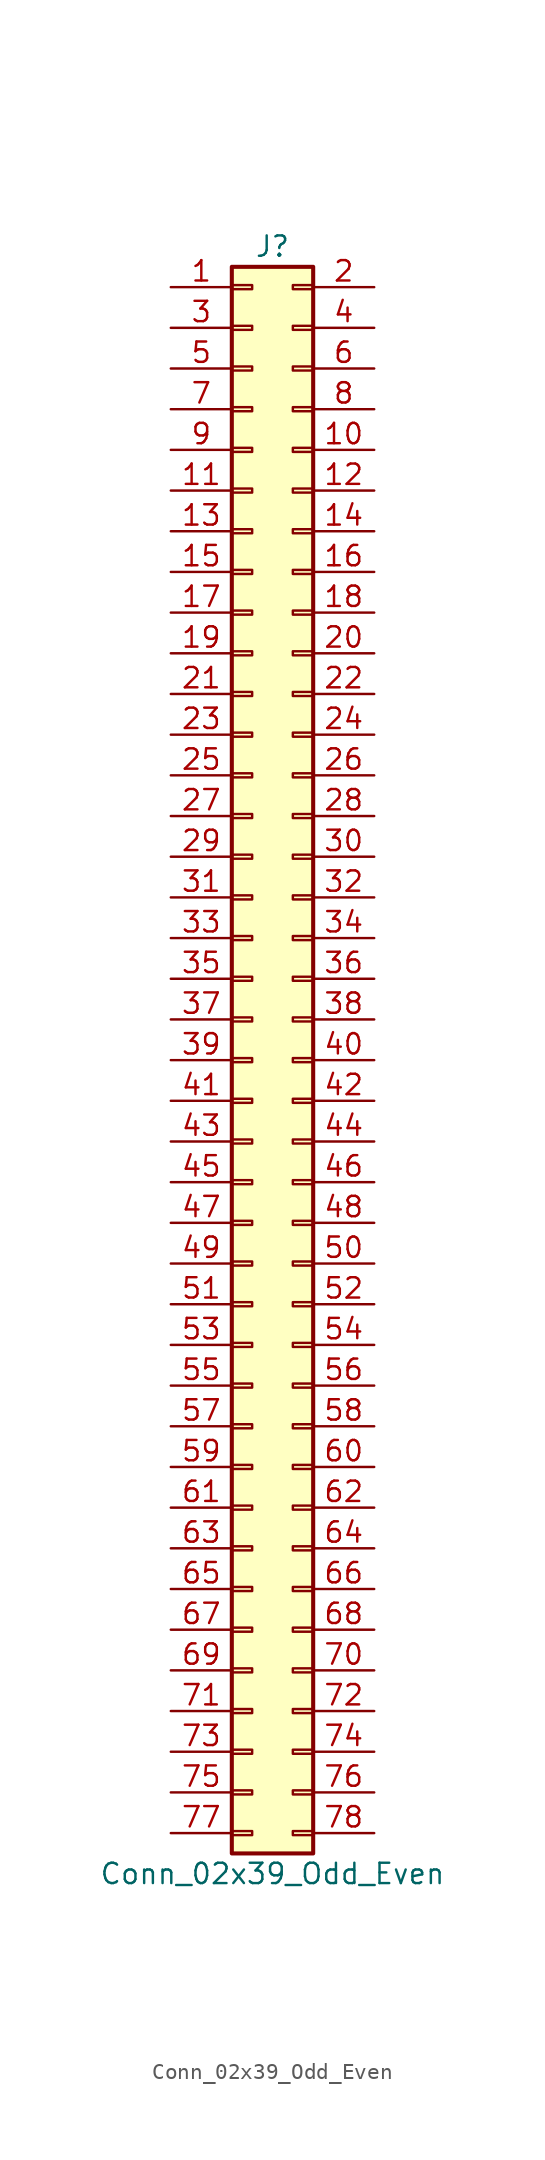
<source format=kicad_sym>
(kicad_symbol_lib
  (version 20201005)
  (generator kicad_symbol_editor)
  (symbol "Connector_Generic:Conn_02x39_Odd_Even"
    (pin_names
      (offset 1.016) hide)
    (property "Reference" "J"
      (at 1.27 50.8 0)
      (effects (font (size 1.27 1.27))))
    (property "Value" "Conn_02x39_Odd_Even"
      (at 1.27 -50.8 0)
      (effects (font (size 1.27 1.27))))
    (symbol "Conn_02x39_Odd_Even_1_1"
      (rectangle (start -1.27 -27.813) (end 0 -28.067) (stroke (width 0.152)) (fill (type none)))
      (rectangle (start -1.27 -30.353) (end 0 -30.607) (stroke (width 0.152)) (fill (type none)))
      (rectangle (start -1.27 -32.893) (end 0 -33.147) (stroke (width 0.152)) (fill (type none)))
      (rectangle (start -1.27 -35.433) (end 0 -35.687) (stroke (width 0.152)) (fill (type none)))
      (rectangle (start -1.27 -37.973) (end 0 -38.227) (stroke (width 0.152)) (fill (type none)))
      (rectangle (start -1.27 -40.513) (end 0 -40.767) (stroke (width 0.152)) (fill (type none)))
      (rectangle (start -1.27 -43.053) (end 0 -43.307) (stroke (width 0.152)) (fill (type none)))
      (rectangle (start -1.27 -45.593) (end 0 -45.847) (stroke (width 0.152)) (fill (type none)))
      (rectangle (start -1.27 -48.133) (end 0 -48.387) (stroke (width 0.152)) (fill (type none)))
      (rectangle (start -1.27 -4.953) (end 0 -5.207) (stroke (width 0.152)) (fill (type none)))
      (rectangle (start -1.27 -7.493) (end 0 -7.747) (stroke (width 0.152)) (fill (type none)))
      (rectangle (start -1.27 -10.033) (end 0 -10.287) (stroke (width 0.152)) (fill (type none)))
      (rectangle (start -1.27 -12.573) (end 0 -12.827) (stroke (width 0.152)) (fill (type none)))
      (rectangle (start -1.27 -15.113) (end 0 -15.367) (stroke (width 0.152)) (fill (type none)))
      (rectangle (start -1.27 -17.653) (end 0 -17.907) (stroke (width 0.152)) (fill (type none)))
      (rectangle (start -1.27 -20.193) (end 0 -20.447) (stroke (width 0.152)) (fill (type none)))
      (rectangle (start -1.27 -22.733) (end 0 -22.987) (stroke (width 0.152)) (fill (type none)))
      (rectangle (start -1.27 -2.413) (end 0 -2.667) (stroke (width 0.152)) (fill (type none)))
      (rectangle (start -1.27 -25.273) (end 0 -25.527) (stroke (width 0.152)) (fill (type none)))
      (rectangle (start -1.27 25.527) (end 0 25.273) (stroke (width 0.152)) (fill (type none)))
      (rectangle (start -1.27 2.667) (end 0 2.413) (stroke (width 0.152)) (fill (type none)))
      (rectangle (start -1.27 28.067) (end 0 27.813) (stroke (width 0.152)) (fill (type none)))
      (rectangle (start -1.27 30.607) (end 0 30.353) (stroke (width 0.152)) (fill (type none)))
      (rectangle (start -1.27 33.147) (end 0 32.893) (stroke (width 0.152)) (fill (type none)))
      (rectangle (start -1.27 35.687) (end 0 35.433) (stroke (width 0.152)) (fill (type none)))
      (rectangle (start -1.27 38.227) (end 0 37.973) (stroke (width 0.152)) (fill (type none)))
      (rectangle (start -1.27 40.767) (end 0 40.513) (stroke (width 0.152)) (fill (type none)))
      (rectangle (start -1.27 43.307) (end 0 43.053) (stroke (width 0.152)) (fill (type none)))
      (rectangle (start -1.27 45.847) (end 0 45.593) (stroke (width 0.152)) (fill (type none)))
      (rectangle (start -1.27 48.387) (end 0 48.133) (stroke (width 0.152)) (fill (type none)))
      (rectangle (start -1.27 49.53) (end 3.81 -49.53) (stroke (width 0.254)) (fill (type background)))
      (rectangle (start -1.27 5.207) (end 0 4.953) (stroke (width 0.152)) (fill (type none)))
      (rectangle (start -1.27 7.747) (end 0 7.493) (stroke (width 0.152)) (fill (type none)))
      (rectangle (start -1.27 10.287) (end 0 10.033) (stroke (width 0.152)) (fill (type none)))
      (rectangle (start -1.27 0.127) (end 0 -0.127) (stroke (width 0.152)) (fill (type none)))
      (rectangle (start -1.27 12.827) (end 0 12.573) (stroke (width 0.152)) (fill (type none)))
      (rectangle (start -1.27 15.367) (end 0 15.113) (stroke (width 0.152)) (fill (type none)))
      (rectangle (start -1.27 17.907) (end 0 17.653) (stroke (width 0.152)) (fill (type none)))
      (rectangle (start -1.27 20.447) (end 0 20.193) (stroke (width 0.152)) (fill (type none)))
      (rectangle (start -1.27 22.987) (end 0 22.733) (stroke (width 0.152)) (fill (type none)))
      (rectangle (start 3.81 -27.813) (end 2.54 -28.067) (stroke (width 0.152)) (fill (type none)))
      (rectangle (start 3.81 -30.353) (end 2.54 -30.607) (stroke (width 0.152)) (fill (type none)))
      (rectangle (start 3.81 -32.893) (end 2.54 -33.147) (stroke (width 0.152)) (fill (type none)))
      (rectangle (start 3.81 -35.433) (end 2.54 -35.687) (stroke (width 0.152)) (fill (type none)))
      (rectangle (start 3.81 -37.973) (end 2.54 -38.227) (stroke (width 0.152)) (fill (type none)))
      (rectangle (start 3.81 -40.513) (end 2.54 -40.767) (stroke (width 0.152)) (fill (type none)))
      (rectangle (start 3.81 -43.053) (end 2.54 -43.307) (stroke (width 0.152)) (fill (type none)))
      (rectangle (start 3.81 -45.593) (end 2.54 -45.847) (stroke (width 0.152)) (fill (type none)))
      (rectangle (start 3.81 -48.133) (end 2.54 -48.387) (stroke (width 0.152)) (fill (type none)))
      (rectangle (start 3.81 -4.953) (end 2.54 -5.207) (stroke (width 0.152)) (fill (type none)))
      (rectangle (start 3.81 -7.493) (end 2.54 -7.747) (stroke (width 0.152)) (fill (type none)))
      (rectangle (start 3.81 -10.033) (end 2.54 -10.287) (stroke (width 0.152)) (fill (type none)))
      (rectangle (start 3.81 -12.573) (end 2.54 -12.827) (stroke (width 0.152)) (fill (type none)))
      (rectangle (start 3.81 -15.113) (end 2.54 -15.367) (stroke (width 0.152)) (fill (type none)))
      (rectangle (start 3.81 -17.653) (end 2.54 -17.907) (stroke (width 0.152)) (fill (type none)))
      (rectangle (start 3.81 -20.193) (end 2.54 -20.447) (stroke (width 0.152)) (fill (type none)))
      (rectangle (start 3.81 -22.733) (end 2.54 -22.987) (stroke (width 0.152)) (fill (type none)))
      (rectangle (start 3.81 -2.413) (end 2.54 -2.667) (stroke (width 0.152)) (fill (type none)))
      (rectangle (start 3.81 -25.273) (end 2.54 -25.527) (stroke (width 0.152)) (fill (type none)))
      (rectangle (start 3.81 25.527) (end 2.54 25.273) (stroke (width 0.152)) (fill (type none)))
      (rectangle (start 3.81 2.667) (end 2.54 2.413) (stroke (width 0.152)) (fill (type none)))
      (rectangle (start 3.81 28.067) (end 2.54 27.813) (stroke (width 0.152)) (fill (type none)))
      (rectangle (start 3.81 30.607) (end 2.54 30.353) (stroke (width 0.152)) (fill (type none)))
      (rectangle (start 3.81 33.147) (end 2.54 32.893) (stroke (width 0.152)) (fill (type none)))
      (rectangle (start 3.81 35.687) (end 2.54 35.433) (stroke (width 0.152)) (fill (type none)))
      (rectangle (start 3.81 38.227) (end 2.54 37.973) (stroke (width 0.152)) (fill (type none)))
      (rectangle (start 3.81 40.767) (end 2.54 40.513) (stroke (width 0.152)) (fill (type none)))
      (rectangle (start 3.81 43.307) (end 2.54 43.053) (stroke (width 0.152)) (fill (type none)))
      (rectangle (start 3.81 45.847) (end 2.54 45.593) (stroke (width 0.152)) (fill (type none)))
      (rectangle (start 3.81 48.387) (end 2.54 48.133) (stroke (width 0.152)) (fill (type none)))
      (rectangle (start 3.81 5.207) (end 2.54 4.953) (stroke (width 0.152)) (fill (type none)))
      (rectangle (start 3.81 7.747) (end 2.54 7.493) (stroke (width 0.152)) (fill (type none)))
      (rectangle (start 3.81 10.287) (end 2.54 10.033) (stroke (width 0.152)) (fill (type none)))
      (rectangle (start 3.81 0.127) (end 2.54 -0.127) (stroke (width 0.152)) (fill (type none)))
      (rectangle (start 3.81 12.827) (end 2.54 12.573) (stroke (width 0.152)) (fill (type none)))
      (rectangle (start 3.81 15.367) (end 2.54 15.113) (stroke (width 0.152)) (fill (type none)))
      (rectangle (start 3.81 17.907) (end 2.54 17.653) (stroke (width 0.152)) (fill (type none)))
      (rectangle (start 3.81 20.447) (end 2.54 20.193) (stroke (width 0.152)) (fill (type none)))
      (rectangle (start 3.81 22.987) (end 2.54 22.733) (stroke (width 0.152)) (fill (type none)))
      (pin passive line (at -5.08 48.26 0) (length 3.81) (name "Pin_1" (effects (font (size 1.27 1.27)))) (number "1" (effects (font (size 1.27 1.27)))))
      (pin passive line (at 7.62 38.1 180) (length 3.81) (name "Pin_10" (effects (font (size 1.27 1.27)))) (number "10" (effects (font (size 1.27 1.27)))))
      (pin passive line (at -5.08 35.56 0) (length 3.81) (name "Pin_11" (effects (font (size 1.27 1.27)))) (number "11" (effects (font (size 1.27 1.27)))))
      (pin passive line (at 7.62 35.56 180) (length 3.81) (name "Pin_12" (effects (font (size 1.27 1.27)))) (number "12" (effects (font (size 1.27 1.27)))))
      (pin passive line (at -5.08 33.02 0) (length 3.81) (name "Pin_13" (effects (font (size 1.27 1.27)))) (number "13" (effects (font (size 1.27 1.27)))))
      (pin passive line (at 7.62 33.02 180) (length 3.81) (name "Pin_14" (effects (font (size 1.27 1.27)))) (number "14" (effects (font (size 1.27 1.27)))))
      (pin passive line (at -5.08 30.48 0) (length 3.81) (name "Pin_15" (effects (font (size 1.27 1.27)))) (number "15" (effects (font (size 1.27 1.27)))))
      (pin passive line (at 7.62 30.48 180) (length 3.81) (name "Pin_16" (effects (font (size 1.27 1.27)))) (number "16" (effects (font (size 1.27 1.27)))))
      (pin passive line (at -5.08 27.94 0) (length 3.81) (name "Pin_17" (effects (font (size 1.27 1.27)))) (number "17" (effects (font (size 1.27 1.27)))))
      (pin passive line (at 7.62 27.94 180) (length 3.81) (name "Pin_18" (effects (font (size 1.27 1.27)))) (number "18" (effects (font (size 1.27 1.27)))))
      (pin passive line (at -5.08 25.4 0) (length 3.81) (name "Pin_19" (effects (font (size 1.27 1.27)))) (number "19" (effects (font (size 1.27 1.27)))))
      (pin passive line (at 7.62 48.26 180) (length 3.81) (name "Pin_2" (effects (font (size 1.27 1.27)))) (number "2" (effects (font (size 1.27 1.27)))))
      (pin passive line (at 7.62 25.4 180) (length 3.81) (name "Pin_20" (effects (font (size 1.27 1.27)))) (number "20" (effects (font (size 1.27 1.27)))))
      (pin passive line (at -5.08 22.86 0) (length 3.81) (name "Pin_21" (effects (font (size 1.27 1.27)))) (number "21" (effects (font (size 1.27 1.27)))))
      (pin passive line (at 7.62 22.86 180) (length 3.81) (name "Pin_22" (effects (font (size 1.27 1.27)))) (number "22" (effects (font (size 1.27 1.27)))))
      (pin passive line (at -5.08 20.32 0) (length 3.81) (name "Pin_23" (effects (font (size 1.27 1.27)))) (number "23" (effects (font (size 1.27 1.27)))))
      (pin passive line (at 7.62 20.32 180) (length 3.81) (name "Pin_24" (effects (font (size 1.27 1.27)))) (number "24" (effects (font (size 1.27 1.27)))))
      (pin passive line (at -5.08 17.78 0) (length 3.81) (name "Pin_25" (effects (font (size 1.27 1.27)))) (number "25" (effects (font (size 1.27 1.27)))))
      (pin passive line (at 7.62 17.78 180) (length 3.81) (name "Pin_26" (effects (font (size 1.27 1.27)))) (number "26" (effects (font (size 1.27 1.27)))))
      (pin passive line (at -5.08 15.24 0) (length 3.81) (name "Pin_27" (effects (font (size 1.27 1.27)))) (number "27" (effects (font (size 1.27 1.27)))))
      (pin passive line (at 7.62 15.24 180) (length 3.81) (name "Pin_28" (effects (font (size 1.27 1.27)))) (number "28" (effects (font (size 1.27 1.27)))))
      (pin passive line (at -5.08 12.7 0) (length 3.81) (name "Pin_29" (effects (font (size 1.27 1.27)))) (number "29" (effects (font (size 1.27 1.27)))))
      (pin passive line (at -5.08 45.72 0) (length 3.81) (name "Pin_3" (effects (font (size 1.27 1.27)))) (number "3" (effects (font (size 1.27 1.27)))))
      (pin passive line (at 7.62 12.7 180) (length 3.81) (name "Pin_30" (effects (font (size 1.27 1.27)))) (number "30" (effects (font (size 1.27 1.27)))))
      (pin passive line (at -5.08 10.16 0) (length 3.81) (name "Pin_31" (effects (font (size 1.27 1.27)))) (number "31" (effects (font (size 1.27 1.27)))))
      (pin passive line (at 7.62 10.16 180) (length 3.81) (name "Pin_32" (effects (font (size 1.27 1.27)))) (number "32" (effects (font (size 1.27 1.27)))))
      (pin passive line (at -5.08 7.62 0) (length 3.81) (name "Pin_33" (effects (font (size 1.27 1.27)))) (number "33" (effects (font (size 1.27 1.27)))))
      (pin passive line (at 7.62 7.62 180) (length 3.81) (name "Pin_34" (effects (font (size 1.27 1.27)))) (number "34" (effects (font (size 1.27 1.27)))))
      (pin passive line (at -5.08 5.08 0) (length 3.81) (name "Pin_35" (effects (font (size 1.27 1.27)))) (number "35" (effects (font (size 1.27 1.27)))))
      (pin passive line (at 7.62 5.08 180) (length 3.81) (name "Pin_36" (effects (font (size 1.27 1.27)))) (number "36" (effects (font (size 1.27 1.27)))))
      (pin passive line (at -5.08 2.54 0) (length 3.81) (name "Pin_37" (effects (font (size 1.27 1.27)))) (number "37" (effects (font (size 1.27 1.27)))))
      (pin passive line (at 7.62 2.54 180) (length 3.81) (name "Pin_38" (effects (font (size 1.27 1.27)))) (number "38" (effects (font (size 1.27 1.27)))))
      (pin passive line (at -5.08 0 0) (length 3.81) (name "Pin_39" (effects (font (size 1.27 1.27)))) (number "39" (effects (font (size 1.27 1.27)))))
      (pin passive line (at 7.62 45.72 180) (length 3.81) (name "Pin_4" (effects (font (size 1.27 1.27)))) (number "4" (effects (font (size 1.27 1.27)))))
      (pin passive line (at 7.62 0 180) (length 3.81) (name "Pin_40" (effects (font (size 1.27 1.27)))) (number "40" (effects (font (size 1.27 1.27)))))
      (pin passive line (at -5.08 -2.54 0) (length 3.81) (name "Pin_41" (effects (font (size 1.27 1.27)))) (number "41" (effects (font (size 1.27 1.27)))))
      (pin passive line (at 7.62 -2.54 180) (length 3.81) (name "Pin_42" (effects (font (size 1.27 1.27)))) (number "42" (effects (font (size 1.27 1.27)))))
      (pin passive line (at -5.08 -5.08 0) (length 3.81) (name "Pin_43" (effects (font (size 1.27 1.27)))) (number "43" (effects (font (size 1.27 1.27)))))
      (pin passive line (at 7.62 -5.08 180) (length 3.81) (name "Pin_44" (effects (font (size 1.27 1.27)))) (number "44" (effects (font (size 1.27 1.27)))))
      (pin passive line (at -5.08 -7.62 0) (length 3.81) (name "Pin_45" (effects (font (size 1.27 1.27)))) (number "45" (effects (font (size 1.27 1.27)))))
      (pin passive line (at 7.62 -7.62 180) (length 3.81) (name "Pin_46" (effects (font (size 1.27 1.27)))) (number "46" (effects (font (size 1.27 1.27)))))
      (pin passive line (at -5.08 -10.16 0) (length 3.81) (name "Pin_47" (effects (font (size 1.27 1.27)))) (number "47" (effects (font (size 1.27 1.27)))))
      (pin passive line (at 7.62 -10.16 180) (length 3.81) (name "Pin_48" (effects (font (size 1.27 1.27)))) (number "48" (effects (font (size 1.27 1.27)))))
      (pin passive line (at -5.08 -12.7 0) (length 3.81) (name "Pin_49" (effects (font (size 1.27 1.27)))) (number "49" (effects (font (size 1.27 1.27)))))
      (pin passive line (at -5.08 43.18 0) (length 3.81) (name "Pin_5" (effects (font (size 1.27 1.27)))) (number "5" (effects (font (size 1.27 1.27)))))
      (pin passive line (at 7.62 -12.7 180) (length 3.81) (name "Pin_50" (effects (font (size 1.27 1.27)))) (number "50" (effects (font (size 1.27 1.27)))))
      (pin passive line (at -5.08 -15.24 0) (length 3.81) (name "Pin_51" (effects (font (size 1.27 1.27)))) (number "51" (effects (font (size 1.27 1.27)))))
      (pin passive line (at 7.62 -15.24 180) (length 3.81) (name "Pin_52" (effects (font (size 1.27 1.27)))) (number "52" (effects (font (size 1.27 1.27)))))
      (pin passive line (at -5.08 -17.78 0) (length 3.81) (name "Pin_53" (effects (font (size 1.27 1.27)))) (number "53" (effects (font (size 1.27 1.27)))))
      (pin passive line (at 7.62 -17.78 180) (length 3.81) (name "Pin_54" (effects (font (size 1.27 1.27)))) (number "54" (effects (font (size 1.27 1.27)))))
      (pin passive line (at -5.08 -20.32 0) (length 3.81) (name "Pin_55" (effects (font (size 1.27 1.27)))) (number "55" (effects (font (size 1.27 1.27)))))
      (pin passive line (at 7.62 -20.32 180) (length 3.81) (name "Pin_56" (effects (font (size 1.27 1.27)))) (number "56" (effects (font (size 1.27 1.27)))))
      (pin passive line (at -5.08 -22.86 0) (length 3.81) (name "Pin_57" (effects (font (size 1.27 1.27)))) (number "57" (effects (font (size 1.27 1.27)))))
      (pin passive line (at 7.62 -22.86 180) (length 3.81) (name "Pin_58" (effects (font (size 1.27 1.27)))) (number "58" (effects (font (size 1.27 1.27)))))
      (pin passive line (at -5.08 -25.4 0) (length 3.81) (name "Pin_59" (effects (font (size 1.27 1.27)))) (number "59" (effects (font (size 1.27 1.27)))))
      (pin passive line (at 7.62 43.18 180) (length 3.81) (name "Pin_6" (effects (font (size 1.27 1.27)))) (number "6" (effects (font (size 1.27 1.27)))))
      (pin passive line (at 7.62 -25.4 180) (length 3.81) (name "Pin_60" (effects (font (size 1.27 1.27)))) (number "60" (effects (font (size 1.27 1.27)))))
      (pin passive line (at -5.08 -27.94 0) (length 3.81) (name "Pin_61" (effects (font (size 1.27 1.27)))) (number "61" (effects (font (size 1.27 1.27)))))
      (pin passive line (at 7.62 -27.94 180) (length 3.81) (name "Pin_62" (effects (font (size 1.27 1.27)))) (number "62" (effects (font (size 1.27 1.27)))))
      (pin passive line (at -5.08 -30.48 0) (length 3.81) (name "Pin_63" (effects (font (size 1.27 1.27)))) (number "63" (effects (font (size 1.27 1.27)))))
      (pin passive line (at 7.62 -30.48 180) (length 3.81) (name "Pin_64" (effects (font (size 1.27 1.27)))) (number "64" (effects (font (size 1.27 1.27)))))
      (pin passive line (at -5.08 -33.02 0) (length 3.81) (name "Pin_65" (effects (font (size 1.27 1.27)))) (number "65" (effects (font (size 1.27 1.27)))))
      (pin passive line (at 7.62 -33.02 180) (length 3.81) (name "Pin_66" (effects (font (size 1.27 1.27)))) (number "66" (effects (font (size 1.27 1.27)))))
      (pin passive line (at -5.08 -35.56 0) (length 3.81) (name "Pin_67" (effects (font (size 1.27 1.27)))) (number "67" (effects (font (size 1.27 1.27)))))
      (pin passive line (at 7.62 -35.56 180) (length 3.81) (name "Pin_68" (effects (font (size 1.27 1.27)))) (number "68" (effects (font (size 1.27 1.27)))))
      (pin passive line (at -5.08 -38.1 0) (length 3.81) (name "Pin_69" (effects (font (size 1.27 1.27)))) (number "69" (effects (font (size 1.27 1.27)))))
      (pin passive line (at -5.08 40.64 0) (length 3.81) (name "Pin_7" (effects (font (size 1.27 1.27)))) (number "7" (effects (font (size 1.27 1.27)))))
      (pin passive line (at 7.62 -38.1 180) (length 3.81) (name "Pin_70" (effects (font (size 1.27 1.27)))) (number "70" (effects (font (size 1.27 1.27)))))
      (pin passive line (at -5.08 -40.64 0) (length 3.81) (name "Pin_71" (effects (font (size 1.27 1.27)))) (number "71" (effects (font (size 1.27 1.27)))))
      (pin passive line (at 7.62 -40.64 180) (length 3.81) (name "Pin_72" (effects (font (size 1.27 1.27)))) (number "72" (effects (font (size 1.27 1.27)))))
      (pin passive line (at -5.08 -43.18 0) (length 3.81) (name "Pin_73" (effects (font (size 1.27 1.27)))) (number "73" (effects (font (size 1.27 1.27)))))
      (pin passive line (at 7.62 -43.18 180) (length 3.81) (name "Pin_74" (effects (font (size 1.27 1.27)))) (number "74" (effects (font (size 1.27 1.27)))))
      (pin passive line (at -5.08 -45.72 0) (length 3.81) (name "Pin_75" (effects (font (size 1.27 1.27)))) (number "75" (effects (font (size 1.27 1.27)))))
      (pin passive line (at 7.62 -45.72 180) (length 3.81) (name "Pin_76" (effects (font (size 1.27 1.27)))) (number "76" (effects (font (size 1.27 1.27)))))
      (pin passive line (at -5.08 -48.26 0) (length 3.81) (name "Pin_77" (effects (font (size 1.27 1.27)))) (number "77" (effects (font (size 1.27 1.27)))))
      (pin passive line (at 7.62 -48.26 180) (length 3.81) (name "Pin_78" (effects (font (size 1.27 1.27)))) (number "78" (effects (font (size 1.27 1.27)))))
      (pin passive line (at 7.62 40.64 180) (length 3.81) (name "Pin_8" (effects (font (size 1.27 1.27)))) (number "8" (effects (font (size 1.27 1.27)))))
      (pin passive line (at -5.08 38.1 0) (length 3.81) (name "Pin_9" (effects (font (size 1.27 1.27)))) (number "9" (effects (font (size 1.27 1.27))))))))
</source>
